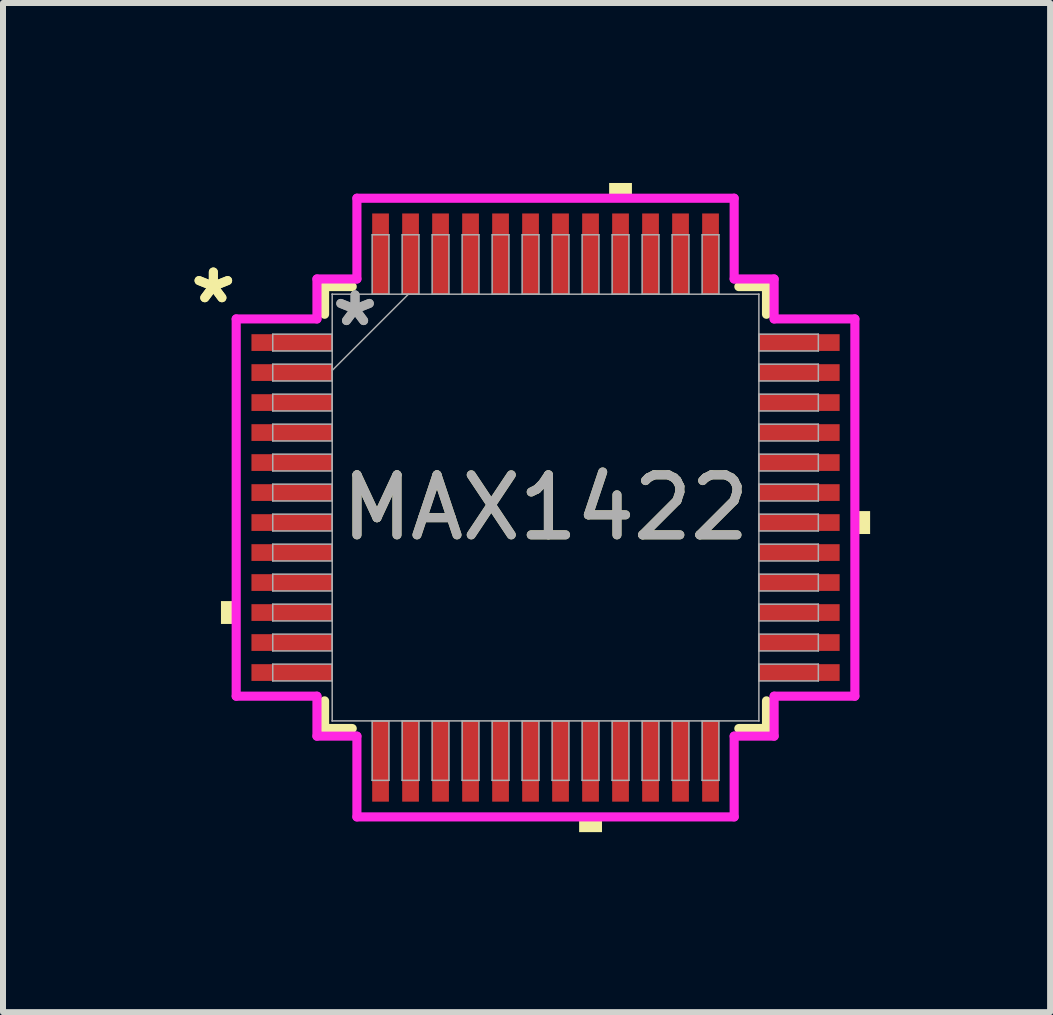
<source format=kicad_pcb>
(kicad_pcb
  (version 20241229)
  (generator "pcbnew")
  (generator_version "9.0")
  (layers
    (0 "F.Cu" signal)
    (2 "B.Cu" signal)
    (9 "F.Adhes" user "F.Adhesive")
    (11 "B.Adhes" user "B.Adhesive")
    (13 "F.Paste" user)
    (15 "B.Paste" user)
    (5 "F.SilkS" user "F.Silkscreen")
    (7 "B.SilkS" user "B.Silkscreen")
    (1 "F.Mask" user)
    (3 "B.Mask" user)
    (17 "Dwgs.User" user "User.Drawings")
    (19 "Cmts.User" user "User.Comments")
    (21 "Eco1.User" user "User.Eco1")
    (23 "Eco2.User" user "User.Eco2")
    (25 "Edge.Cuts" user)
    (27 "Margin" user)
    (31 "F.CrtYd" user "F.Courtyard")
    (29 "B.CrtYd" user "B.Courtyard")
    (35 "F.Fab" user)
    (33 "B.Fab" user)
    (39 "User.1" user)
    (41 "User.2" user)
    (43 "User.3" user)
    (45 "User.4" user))
  (footprint "MAX1422"
    (layer "F.Cu")
    (at 6.043 5.41)
    (property "Reference" "MAX1422" (at 0 0 0) (unlocked yes) (layer "F.SilkS") (effects (font (size 1 1) (thickness 0.15))))
    (attr smd)
    (fp_line (start -3.683 -3.683) (end -3.683 -3.222) (stroke (width 0.152) (type solid)) (layer "F.SilkS"))
    (fp_line (start -3.683 3.222) (end -3.683 3.683) (stroke (width 0.152) (type solid)) (layer "F.SilkS"))
    (fp_line (start -3.683 3.683) (end -3.222 3.683) (stroke (width 0.152) (type solid)) (layer "F.SilkS"))
    (fp_line (start -3.222 -3.683) (end -3.683 -3.683) (stroke (width 0.152) (type solid)) (layer "F.SilkS"))
    (fp_line (start 3.222 3.683) (end 3.683 3.683) (stroke (width 0.152) (type solid)) (layer "F.SilkS"))
    (fp_line (start 3.683 -3.683) (end 3.222 -3.683) (stroke (width 0.152) (type solid)) (layer "F.SilkS"))
    (fp_line (start 3.683 -3.222) (end 3.683 -3.683) (stroke (width 0.152) (type solid)) (layer "F.SilkS"))
    (fp_line (start 3.683 3.683) (end 3.683 3.222) (stroke (width 0.152) (type solid)) (layer "F.SilkS"))
    (fp_poly (pts (xy -5.41 1.559) (xy -5.41 1.94) (xy -5.156 1.94) (xy -5.156 1.559)) (stroke (width 0) (type solid)) (fill yes) (layer "F.SilkS"))
    (fp_poly (pts (xy 0.56 5.156) (xy 0.56 5.41) (xy 0.941 5.41) (xy 0.941 5.156)) (stroke (width 0) (type solid)) (fill yes) (layer "F.SilkS"))
    (fp_poly (pts (xy 1.06 -5.156) (xy 1.06 -5.41) (xy 1.44 -5.41) (xy 1.44 -5.156)) (stroke (width 0) (type solid)) (fill yes) (layer "F.SilkS"))
    (fp_poly (pts (xy 5.41 0.059) (xy 5.41 0.441) (xy 5.156 0.441) (xy 5.156 0.059)) (stroke (width 0) (type solid)) (fill yes) (layer "F.SilkS"))
    (fp_line (start -5.156 -3.144) (end -3.81 -3.144) (stroke (width 0.152) (type solid)) (layer "F.CrtYd"))
    (fp_line (start -5.156 3.144) (end -5.156 -3.144) (stroke (width 0.152) (type solid)) (layer "F.CrtYd"))
    (fp_line (start -3.81 -3.81) (end -3.144 -3.81) (stroke (width 0.152) (type solid)) (layer "F.CrtYd"))
    (fp_line (start -3.81 -3.144) (end -3.81 -3.81) (stroke (width 0.152) (type solid)) (layer "F.CrtYd"))
    (fp_line (start -3.81 3.144) (end -5.156 3.144) (stroke (width 0.152) (type solid)) (layer "F.CrtYd"))
    (fp_line (start -3.81 3.81) (end -3.81 3.144) (stroke (width 0.152) (type solid)) (layer "F.CrtYd"))
    (fp_line (start -3.81 3.81) (end -3.144 3.81) (stroke (width 0.152) (type solid)) (layer "F.CrtYd"))
    (fp_line (start -3.144 -5.156) (end 3.144 -5.156) (stroke (width 0.152) (type solid)) (layer "F.CrtYd"))
    (fp_line (start -3.144 -3.81) (end -3.144 -5.156) (stroke (width 0.152) (type solid)) (layer "F.CrtYd"))
    (fp_line (start -3.144 3.81) (end -3.144 5.156) (stroke (width 0.152) (type solid)) (layer "F.CrtYd"))
    (fp_line (start -3.144 5.156) (end 3.144 5.156) (stroke (width 0.152) (type solid)) (layer "F.CrtYd"))
    (fp_line (start 3.144 -5.156) (end 3.144 -3.81) (stroke (width 0.152) (type solid)) (layer "F.CrtYd"))
    (fp_line (start 3.144 -3.81) (end 3.81 -3.81) (stroke (width 0.152) (type solid)) (layer "F.CrtYd"))
    (fp_line (start 3.144 3.81) (end 3.81 3.81) (stroke (width 0.152) (type solid)) (layer "F.CrtYd"))
    (fp_line (start 3.144 5.156) (end 3.144 3.81) (stroke (width 0.152) (type solid)) (layer "F.CrtYd"))
    (fp_line (start 3.81 -3.144) (end 3.81 -3.81) (stroke (width 0.152) (type solid)) (layer "F.CrtYd"))
    (fp_line (start 3.81 3.144) (end 5.156 3.144) (stroke (width 0.152) (type solid)) (layer "F.CrtYd"))
    (fp_line (start 3.81 3.81) (end 3.81 3.144) (stroke (width 0.152) (type solid)) (layer "F.CrtYd"))
    (fp_line (start 5.156 -3.144) (end 3.81 -3.144) (stroke (width 0.152) (type solid)) (layer "F.CrtYd"))
    (fp_line (start 5.156 3.144) (end 5.156 -3.144) (stroke (width 0.152) (type solid)) (layer "F.CrtYd"))
    (fp_line (start -4.547 -2.89) (end -4.547 -2.61) (stroke (width 0.025) (type solid)) (layer "F.Fab"))
    (fp_line (start -4.547 -2.61) (end -3.556 -2.61) (stroke (width 0.025) (type solid)) (layer "F.Fab"))
    (fp_line (start -4.547 -2.39) (end -4.547 -2.11) (stroke (width 0.025) (type solid)) (layer "F.Fab"))
    (fp_line (start -4.547 -2.11) (end -3.556 -2.11) (stroke (width 0.025) (type solid)) (layer "F.Fab"))
    (fp_line (start -4.547 -1.89) (end -4.547 -1.61) (stroke (width 0.025) (type solid)) (layer "F.Fab"))
    (fp_line (start -4.547 -1.61) (end -3.556 -1.61) (stroke (width 0.025) (type solid)) (layer "F.Fab"))
    (fp_line (start -4.547 -1.39) (end -4.547 -1.11) (stroke (width 0.025) (type solid)) (layer "F.Fab"))
    (fp_line (start -4.547 -1.11) (end -3.556 -1.11) (stroke (width 0.025) (type solid)) (layer "F.Fab"))
    (fp_line (start -4.547 -0.89) (end -4.547 -0.61) (stroke (width 0.025) (type solid)) (layer "F.Fab"))
    (fp_line (start -4.547 -0.61) (end -3.556 -0.61) (stroke (width 0.025) (type solid)) (layer "F.Fab"))
    (fp_line (start -4.547 -0.39) (end -4.547 -0.11) (stroke (width 0.025) (type solid)) (layer "F.Fab"))
    (fp_line (start -4.547 -0.11) (end -3.556 -0.11) (stroke (width 0.025) (type solid)) (layer "F.Fab"))
    (fp_line (start -4.547 0.11) (end -4.547 0.39) (stroke (width 0.025) (type solid)) (layer "F.Fab"))
    (fp_line (start -4.547 0.39) (end -3.556 0.39) (stroke (width 0.025) (type solid)) (layer "F.Fab"))
    (fp_line (start -4.547 0.61) (end -4.547 0.89) (stroke (width 0.025) (type solid)) (layer "F.Fab"))
    (fp_line (start -4.547 0.89) (end -3.556 0.89) (stroke (width 0.025) (type solid)) (layer "F.Fab"))
    (fp_line (start -4.547 1.11) (end -4.547 1.39) (stroke (width 0.025) (type solid)) (layer "F.Fab"))
    (fp_line (start -4.547 1.39) (end -3.556 1.39) (stroke (width 0.025) (type solid)) (layer "F.Fab"))
    (fp_line (start -4.547 1.61) (end -4.547 1.89) (stroke (width 0.025) (type solid)) (layer "F.Fab"))
    (fp_line (start -4.547 1.89) (end -3.556 1.89) (stroke (width 0.025) (type solid)) (layer "F.Fab"))
    (fp_line (start -4.547 2.11) (end -4.547 2.39) (stroke (width 0.025) (type solid)) (layer "F.Fab"))
    (fp_line (start -4.547 2.39) (end -3.556 2.39) (stroke (width 0.025) (type solid)) (layer "F.Fab"))
    (fp_line (start -4.547 2.61) (end -4.547 2.89) (stroke (width 0.025) (type solid)) (layer "F.Fab"))
    (fp_line (start -4.547 2.89) (end -3.556 2.89) (stroke (width 0.025) (type solid)) (layer "F.Fab"))
    (fp_line (start -3.556 -3.556) (end -3.556 -3.556) (stroke (width 0.025) (type solid)) (layer "F.Fab"))
    (fp_line (start -3.556 -3.556) (end -3.556 3.556) (stroke (width 0.025) (type solid)) (layer "F.Fab"))
    (fp_line (start -3.556 -2.89) (end -4.547 -2.89) (stroke (width 0.025) (type solid)) (layer "F.Fab"))
    (fp_line (start -3.556 -2.61) (end -3.556 -2.89) (stroke (width 0.025) (type solid)) (layer "F.Fab"))
    (fp_line (start -3.556 -2.39) (end -4.547 -2.39) (stroke (width 0.025) (type solid)) (layer "F.Fab"))
    (fp_line (start -3.556 -2.286) (end -2.286 -3.556) (stroke (width 0.025) (type solid)) (layer "F.Fab"))
    (fp_line (start -3.556 -2.11) (end -3.556 -2.39) (stroke (width 0.025) (type solid)) (layer "F.Fab"))
    (fp_line (start -3.556 -1.89) (end -4.547 -1.89) (stroke (width 0.025) (type solid)) (layer "F.Fab"))
    (fp_line (start -3.556 -1.61) (end -3.556 -1.89) (stroke (width 0.025) (type solid)) (layer "F.Fab"))
    (fp_line (start -3.556 -1.39) (end -4.547 -1.39) (stroke (width 0.025) (type solid)) (layer "F.Fab"))
    (fp_line (start -3.556 -1.11) (end -3.556 -1.39) (stroke (width 0.025) (type solid)) (layer "F.Fab"))
    (fp_line (start -3.556 -0.89) (end -4.547 -0.89) (stroke (width 0.025) (type solid)) (layer "F.Fab"))
    (fp_line (start -3.556 -0.61) (end -3.556 -0.89) (stroke (width 0.025) (type solid)) (layer "F.Fab"))
    (fp_line (start -3.556 -0.39) (end -4.547 -0.39) (stroke (width 0.025) (type solid)) (layer "F.Fab"))
    (fp_line (start -3.556 -0.11) (end -3.556 -0.39) (stroke (width 0.025) (type solid)) (layer "F.Fab"))
    (fp_line (start -3.556 0.11) (end -4.547 0.11) (stroke (width 0.025) (type solid)) (layer "F.Fab"))
    (fp_line (start -3.556 0.39) (end -3.556 0.11) (stroke (width 0.025) (type solid)) (layer "F.Fab"))
    (fp_line (start -3.556 0.61) (end -4.547 0.61) (stroke (width 0.025) (type solid)) (layer "F.Fab"))
    (fp_line (start -3.556 0.89) (end -3.556 0.61) (stroke (width 0.025) (type solid)) (layer "F.Fab"))
    (fp_line (start -3.556 1.11) (end -4.547 1.11) (stroke (width 0.025) (type solid)) (layer "F.Fab"))
    (fp_line (start -3.556 1.39) (end -3.556 1.11) (stroke (width 0.025) (type solid)) (layer "F.Fab"))
    (fp_line (start -3.556 1.61) (end -4.547 1.61) (stroke (width 0.025) (type solid)) (layer "F.Fab"))
    (fp_line (start -3.556 1.89) (end -3.556 1.61) (stroke (width 0.025) (type solid)) (layer "F.Fab"))
    (fp_line (start -3.556 2.11) (end -4.547 2.11) (stroke (width 0.025) (type solid)) (layer "F.Fab"))
    (fp_line (start -3.556 2.39) (end -3.556 2.11) (stroke (width 0.025) (type solid)) (layer "F.Fab"))
    (fp_line (start -3.556 2.61) (end -4.547 2.61) (stroke (width 0.025) (type solid)) (layer "F.Fab"))
    (fp_line (start -3.556 2.89) (end -3.556 2.61) (stroke (width 0.025) (type solid)) (layer "F.Fab"))
    (fp_line (start -3.556 3.556) (end -3.556 3.556) (stroke (width 0.025) (type solid)) (layer "F.Fab"))
    (fp_line (start -3.556 3.556) (end 3.556 3.556) (stroke (width 0.025) (type solid)) (layer "F.Fab"))
    (fp_line (start -2.89 -4.547) (end -2.89 -3.556) (stroke (width 0.025) (type solid)) (layer "F.Fab"))
    (fp_line (start -2.89 -3.556) (end -2.61 -3.556) (stroke (width 0.025) (type solid)) (layer "F.Fab"))
    (fp_line (start -2.89 3.556) (end -2.89 4.547) (stroke (width 0.025) (type solid)) (layer "F.Fab"))
    (fp_line (start -2.89 4.547) (end -2.61 4.547) (stroke (width 0.025) (type solid)) (layer "F.Fab"))
    (fp_line (start -2.61 -4.547) (end -2.89 -4.547) (stroke (width 0.025) (type solid)) (layer "F.Fab"))
    (fp_line (start -2.61 -3.556) (end -2.61 -4.547) (stroke (width 0.025) (type solid)) (layer "F.Fab"))
    (fp_line (start -2.61 3.556) (end -2.89 3.556) (stroke (width 0.025) (type solid)) (layer "F.Fab"))
    (fp_line (start -2.61 4.547) (end -2.61 3.556) (stroke (width 0.025) (type solid)) (layer "F.Fab"))
    (fp_line (start -2.39 -4.547) (end -2.39 -3.556) (stroke (width 0.025) (type solid)) (layer "F.Fab"))
    (fp_line (start -2.39 -3.556) (end -2.11 -3.556) (stroke (width 0.025) (type solid)) (layer "F.Fab"))
    (fp_line (start -2.39 3.556) (end -2.39 4.547) (stroke (width 0.025) (type solid)) (layer "F.Fab"))
    (fp_line (start -2.39 4.547) (end -2.11 4.547) (stroke (width 0.025) (type solid)) (layer "F.Fab"))
    (fp_line (start -2.11 -4.547) (end -2.39 -4.547) (stroke (width 0.025) (type solid)) (layer "F.Fab"))
    (fp_line (start -2.11 -3.556) (end -2.11 -4.547) (stroke (width 0.025) (type solid)) (layer "F.Fab"))
    (fp_line (start -2.11 3.556) (end -2.39 3.556) (stroke (width 0.025) (type solid)) (layer "F.Fab"))
    (fp_line (start -2.11 4.547) (end -2.11 3.556) (stroke (width 0.025) (type solid)) (layer "F.Fab"))
    (fp_line (start -1.89 -4.547) (end -1.89 -3.556) (stroke (width 0.025) (type solid)) (layer "F.Fab"))
    (fp_line (start -1.89 -3.556) (end -1.61 -3.556) (stroke (width 0.025) (type solid)) (layer "F.Fab"))
    (fp_line (start -1.89 3.556) (end -1.89 4.547) (stroke (width 0.025) (type solid)) (layer "F.Fab"))
    (fp_line (start -1.89 4.547) (end -1.61 4.547) (stroke (width 0.025) (type solid)) (layer "F.Fab"))
    (fp_line (start -1.61 -4.547) (end -1.89 -4.547) (stroke (width 0.025) (type solid)) (layer "F.Fab"))
    (fp_line (start -1.61 -3.556) (end -1.61 -4.547) (stroke (width 0.025) (type solid)) (layer "F.Fab"))
    (fp_line (start -1.61 3.556) (end -1.89 3.556) (stroke (width 0.025) (type solid)) (layer "F.Fab"))
    (fp_line (start -1.61 4.547) (end -1.61 3.556) (stroke (width 0.025) (type solid)) (layer "F.Fab"))
    (fp_line (start -1.39 -4.547) (end -1.39 -3.556) (stroke (width 0.025) (type solid)) (layer "F.Fab"))
    (fp_line (start -1.39 -3.556) (end -1.11 -3.556) (stroke (width 0.025) (type solid)) (layer "F.Fab"))
    (fp_line (start -1.39 3.556) (end -1.39 4.547) (stroke (width 0.025) (type solid)) (layer "F.Fab"))
    (fp_line (start -1.39 4.547) (end -1.11 4.547) (stroke (width 0.025) (type solid)) (layer "F.Fab"))
    (fp_line (start -1.11 -4.547) (end -1.39 -4.547) (stroke (width 0.025) (type solid)) (layer "F.Fab"))
    (fp_line (start -1.11 -3.556) (end -1.11 -4.547) (stroke (width 0.025) (type solid)) (layer "F.Fab"))
    (fp_line (start -1.11 3.556) (end -1.39 3.556) (stroke (width 0.025) (type solid)) (layer "F.Fab"))
    (fp_line (start -1.11 4.547) (end -1.11 3.556) (stroke (width 0.025) (type solid)) (layer "F.Fab"))
    (fp_line (start -0.89 -4.547) (end -0.89 -3.556) (stroke (width 0.025) (type solid)) (layer "F.Fab"))
    (fp_line (start -0.89 -3.556) (end -0.61 -3.556) (stroke (width 0.025) (type solid)) (layer "F.Fab"))
    (fp_line (start -0.89 3.556) (end -0.89 4.547) (stroke (width 0.025) (type solid)) (layer "F.Fab"))
    (fp_line (start -0.89 4.547) (end -0.61 4.547) (stroke (width 0.025) (type solid)) (layer "F.Fab"))
    (fp_line (start -0.61 -4.547) (end -0.89 -4.547) (stroke (width 0.025) (type solid)) (layer "F.Fab"))
    (fp_line (start -0.61 -3.556) (end -0.61 -4.547) (stroke (width 0.025) (type solid)) (layer "F.Fab"))
    (fp_line (start -0.61 3.556) (end -0.89 3.556) (stroke (width 0.025) (type solid)) (layer "F.Fab"))
    (fp_line (start -0.61 4.547) (end -0.61 3.556) (stroke (width 0.025) (type solid)) (layer "F.Fab"))
    (fp_line (start -0.39 -4.547) (end -0.39 -3.556) (stroke (width 0.025) (type solid)) (layer "F.Fab"))
    (fp_line (start -0.39 -3.556) (end -0.11 -3.556) (stroke (width 0.025) (type solid)) (layer "F.Fab"))
    (fp_line (start -0.39 3.556) (end -0.39 4.547) (stroke (width 0.025) (type solid)) (layer "F.Fab"))
    (fp_line (start -0.39 4.547) (end -0.11 4.547) (stroke (width 0.025) (type solid)) (layer "F.Fab"))
    (fp_line (start -0.11 -4.547) (end -0.39 -4.547) (stroke (width 0.025) (type solid)) (layer "F.Fab"))
    (fp_line (start -0.11 -3.556) (end -0.11 -4.547) (stroke (width 0.025) (type solid)) (layer "F.Fab"))
    (fp_line (start -0.11 3.556) (end -0.39 3.556) (stroke (width 0.025) (type solid)) (layer "F.Fab"))
    (fp_line (start -0.11 4.547) (end -0.11 3.556) (stroke (width 0.025) (type solid)) (layer "F.Fab"))
    (fp_line (start 0.11 -4.547) (end 0.11 -3.556) (stroke (width 0.025) (type solid)) (layer "F.Fab"))
    (fp_line (start 0.11 -3.556) (end 0.39 -3.556) (stroke (width 0.025) (type solid)) (layer "F.Fab"))
    (fp_line (start 0.11 3.556) (end 0.11 4.547) (stroke (width 0.025) (type solid)) (layer "F.Fab"))
    (fp_line (start 0.11 4.547) (end 0.39 4.547) (stroke (width 0.025) (type solid)) (layer "F.Fab"))
    (fp_line (start 0.39 -4.547) (end 0.11 -4.547) (stroke (width 0.025) (type solid)) (layer "F.Fab"))
    (fp_line (start 0.39 -3.556) (end 0.39 -4.547) (stroke (width 0.025) (type solid)) (layer "F.Fab"))
    (fp_line (start 0.39 3.556) (end 0.11 3.556) (stroke (width 0.025) (type solid)) (layer "F.Fab"))
    (fp_line (start 0.39 4.547) (end 0.39 3.556) (stroke (width 0.025) (type solid)) (layer "F.Fab"))
    (fp_line (start 0.61 -4.547) (end 0.61 -3.556) (stroke (width 0.025) (type solid)) (layer "F.Fab"))
    (fp_line (start 0.61 -3.556) (end 0.89 -3.556) (stroke (width 0.025) (type solid)) (layer "F.Fab"))
    (fp_line (start 0.61 3.556) (end 0.61 4.547) (stroke (width 0.025) (type solid)) (layer "F.Fab"))
    (fp_line (start 0.61 4.547) (end 0.89 4.547) (stroke (width 0.025) (type solid)) (layer "F.Fab"))
    (fp_line (start 0.89 -4.547) (end 0.61 -4.547) (stroke (width 0.025) (type solid)) (layer "F.Fab"))
    (fp_line (start 0.89 -3.556) (end 0.89 -4.547) (stroke (width 0.025) (type solid)) (layer "F.Fab"))
    (fp_line (start 0.89 3.556) (end 0.61 3.556) (stroke (width 0.025) (type solid)) (layer "F.Fab"))
    (fp_line (start 0.89 4.547) (end 0.89 3.556) (stroke (width 0.025) (type solid)) (layer "F.Fab"))
    (fp_line (start 1.11 -4.547) (end 1.11 -3.556) (stroke (width 0.025) (type solid)) (layer "F.Fab"))
    (fp_line (start 1.11 -3.556) (end 1.39 -3.556) (stroke (width 0.025) (type solid)) (layer "F.Fab"))
    (fp_line (start 1.11 3.556) (end 1.11 4.547) (stroke (width 0.025) (type solid)) (layer "F.Fab"))
    (fp_line (start 1.11 4.547) (end 1.39 4.547) (stroke (width 0.025) (type solid)) (layer "F.Fab"))
    (fp_line (start 1.39 -4.547) (end 1.11 -4.547) (stroke (width 0.025) (type solid)) (layer "F.Fab"))
    (fp_line (start 1.39 -3.556) (end 1.39 -4.547) (stroke (width 0.025) (type solid)) (layer "F.Fab"))
    (fp_line (start 1.39 3.556) (end 1.11 3.556) (stroke (width 0.025) (type solid)) (layer "F.Fab"))
    (fp_line (start 1.39 4.547) (end 1.39 3.556) (stroke (width 0.025) (type solid)) (layer "F.Fab"))
    (fp_line (start 1.61 -4.547) (end 1.61 -3.556) (stroke (width 0.025) (type solid)) (layer "F.Fab"))
    (fp_line (start 1.61 -3.556) (end 1.89 -3.556) (stroke (width 0.025) (type solid)) (layer "F.Fab"))
    (fp_line (start 1.61 3.556) (end 1.61 4.547) (stroke (width 0.025) (type solid)) (layer "F.Fab"))
    (fp_line (start 1.61 4.547) (end 1.89 4.547) (stroke (width 0.025) (type solid)) (layer "F.Fab"))
    (fp_line (start 1.89 -4.547) (end 1.61 -4.547) (stroke (width 0.025) (type solid)) (layer "F.Fab"))
    (fp_line (start 1.89 -3.556) (end 1.89 -4.547) (stroke (width 0.025) (type solid)) (layer "F.Fab"))
    (fp_line (start 1.89 3.556) (end 1.61 3.556) (stroke (width 0.025) (type solid)) (layer "F.Fab"))
    (fp_line (start 1.89 4.547) (end 1.89 3.556) (stroke (width 0.025) (type solid)) (layer "F.Fab"))
    (fp_line (start 2.11 -4.547) (end 2.11 -3.556) (stroke (width 0.025) (type solid)) (layer "F.Fab"))
    (fp_line (start 2.11 -3.556) (end 2.39 -3.556) (stroke (width 0.025) (type solid)) (layer "F.Fab"))
    (fp_line (start 2.11 3.556) (end 2.11 4.547) (stroke (width 0.025) (type solid)) (layer "F.Fab"))
    (fp_line (start 2.11 4.547) (end 2.39 4.547) (stroke (width 0.025) (type solid)) (layer "F.Fab"))
    (fp_line (start 2.39 -4.547) (end 2.11 -4.547) (stroke (width 0.025) (type solid)) (layer "F.Fab"))
    (fp_line (start 2.39 -3.556) (end 2.39 -4.547) (stroke (width 0.025) (type solid)) (layer "F.Fab"))
    (fp_line (start 2.39 3.556) (end 2.11 3.556) (stroke (width 0.025) (type solid)) (layer "F.Fab"))
    (fp_line (start 2.39 4.547) (end 2.39 3.556) (stroke (width 0.025) (type solid)) (layer "F.Fab"))
    (fp_line (start 2.61 -4.547) (end 2.61 -3.556) (stroke (width 0.025) (type solid)) (layer "F.Fab"))
    (fp_line (start 2.61 -3.556) (end 2.89 -3.556) (stroke (width 0.025) (type solid)) (layer "F.Fab"))
    (fp_line (start 2.61 3.556) (end 2.61 4.547) (stroke (width 0.025) (type solid)) (layer "F.Fab"))
    (fp_line (start 2.61 4.547) (end 2.89 4.547) (stroke (width 0.025) (type solid)) (layer "F.Fab"))
    (fp_line (start 2.89 -4.547) (end 2.61 -4.547) (stroke (width 0.025) (type solid)) (layer "F.Fab"))
    (fp_line (start 2.89 -3.556) (end 2.89 -4.547) (stroke (width 0.025) (type solid)) (layer "F.Fab"))
    (fp_line (start 2.89 3.556) (end 2.61 3.556) (stroke (width 0.025) (type solid)) (layer "F.Fab"))
    (fp_line (start 2.89 4.547) (end 2.89 3.556) (stroke (width 0.025) (type solid)) (layer "F.Fab"))
    (fp_line (start 3.556 -3.556) (end -3.556 -3.556) (stroke (width 0.025) (type solid)) (layer "F.Fab"))
    (fp_line (start 3.556 -3.556) (end 3.556 -3.556) (stroke (width 0.025) (type solid)) (layer "F.Fab"))
    (fp_line (start 3.556 -2.89) (end 3.556 -2.61) (stroke (width 0.025) (type solid)) (layer "F.Fab"))
    (fp_line (start 3.556 -2.61) (end 4.547 -2.61) (stroke (width 0.025) (type solid)) (layer "F.Fab"))
    (fp_line (start 3.556 -2.39) (end 3.556 -2.11) (stroke (width 0.025) (type solid)) (layer "F.Fab"))
    (fp_line (start 3.556 -2.11) (end 4.547 -2.11) (stroke (width 0.025) (type solid)) (layer "F.Fab"))
    (fp_line (start 3.556 -1.89) (end 3.556 -1.61) (stroke (width 0.025) (type solid)) (layer "F.Fab"))
    (fp_line (start 3.556 -1.61) (end 4.547 -1.61) (stroke (width 0.025) (type solid)) (layer "F.Fab"))
    (fp_line (start 3.556 -1.39) (end 3.556 -1.11) (stroke (width 0.025) (type solid)) (layer "F.Fab"))
    (fp_line (start 3.556 -1.11) (end 4.547 -1.11) (stroke (width 0.025) (type solid)) (layer "F.Fab"))
    (fp_line (start 3.556 -0.89) (end 3.556 -0.61) (stroke (width 0.025) (type solid)) (layer "F.Fab"))
    (fp_line (start 3.556 -0.61) (end 4.547 -0.61) (stroke (width 0.025) (type solid)) (layer "F.Fab"))
    (fp_line (start 3.556 -0.39) (end 3.556 -0.11) (stroke (width 0.025) (type solid)) (layer "F.Fab"))
    (fp_line (start 3.556 -0.11) (end 4.547 -0.11) (stroke (width 0.025) (type solid)) (layer "F.Fab"))
    (fp_line (start 3.556 0.11) (end 3.556 0.39) (stroke (width 0.025) (type solid)) (layer "F.Fab"))
    (fp_line (start 3.556 0.39) (end 4.547 0.39) (stroke (width 0.025) (type solid)) (layer "F.Fab"))
    (fp_line (start 3.556 0.61) (end 3.556 0.89) (stroke (width 0.025) (type solid)) (layer "F.Fab"))
    (fp_line (start 3.556 0.89) (end 4.547 0.89) (stroke (width 0.025) (type solid)) (layer "F.Fab"))
    (fp_line (start 3.556 1.11) (end 3.556 1.39) (stroke (width 0.025) (type solid)) (layer "F.Fab"))
    (fp_line (start 3.556 1.39) (end 4.547 1.39) (stroke (width 0.025) (type solid)) (layer "F.Fab"))
    (fp_line (start 3.556 1.61) (end 3.556 1.89) (stroke (width 0.025) (type solid)) (layer "F.Fab"))
    (fp_line (start 3.556 1.89) (end 4.547 1.89) (stroke (width 0.025) (type solid)) (layer "F.Fab"))
    (fp_line (start 3.556 2.11) (end 3.556 2.39) (stroke (width 0.025) (type solid)) (layer "F.Fab"))
    (fp_line (start 3.556 2.39) (end 4.547 2.39) (stroke (width 0.025) (type solid)) (layer "F.Fab"))
    (fp_line (start 3.556 2.61) (end 3.556 2.89) (stroke (width 0.025) (type solid)) (layer "F.Fab"))
    (fp_line (start 3.556 2.89) (end 4.547 2.89) (stroke (width 0.025) (type solid)) (layer "F.Fab"))
    (fp_line (start 3.556 3.556) (end 3.556 -3.556) (stroke (width 0.025) (type solid)) (layer "F.Fab"))
    (fp_line (start 3.556 3.556) (end 3.556 3.556) (stroke (width 0.025) (type solid)) (layer "F.Fab"))
    (fp_line (start 4.547 -2.89) (end 3.556 -2.89) (stroke (width 0.025) (type solid)) (layer "F.Fab"))
    (fp_line (start 4.547 -2.61) (end 4.547 -2.89) (stroke (width 0.025) (type solid)) (layer "F.Fab"))
    (fp_line (start 4.547 -2.39) (end 3.556 -2.39) (stroke (width 0.025) (type solid)) (layer "F.Fab"))
    (fp_line (start 4.547 -2.11) (end 4.547 -2.39) (stroke (width 0.025) (type solid)) (layer "F.Fab"))
    (fp_line (start 4.547 -1.89) (end 3.556 -1.89) (stroke (width 0.025) (type solid)) (layer "F.Fab"))
    (fp_line (start 4.547 -1.61) (end 4.547 -1.89) (stroke (width 0.025) (type solid)) (layer "F.Fab"))
    (fp_line (start 4.547 -1.39) (end 3.556 -1.39) (stroke (width 0.025) (type solid)) (layer "F.Fab"))
    (fp_line (start 4.547 -1.11) (end 4.547 -1.39) (stroke (width 0.025) (type solid)) (layer "F.Fab"))
    (fp_line (start 4.547 -0.89) (end 3.556 -0.89) (stroke (width 0.025) (type solid)) (layer "F.Fab"))
    (fp_line (start 4.547 -0.61) (end 4.547 -0.89) (stroke (width 0.025) (type solid)) (layer "F.Fab"))
    (fp_line (start 4.547 -0.39) (end 3.556 -0.39) (stroke (width 0.025) (type solid)) (layer "F.Fab"))
    (fp_line (start 4.547 -0.11) (end 4.547 -0.39) (stroke (width 0.025) (type solid)) (layer "F.Fab"))
    (fp_line (start 4.547 0.11) (end 3.556 0.11) (stroke (width 0.025) (type solid)) (layer "F.Fab"))
    (fp_line (start 4.547 0.39) (end 4.547 0.11) (stroke (width 0.025) (type solid)) (layer "F.Fab"))
    (fp_line (start 4.547 0.61) (end 3.556 0.61) (stroke (width 0.025) (type solid)) (layer "F.Fab"))
    (fp_line (start 4.547 0.89) (end 4.547 0.61) (stroke (width 0.025) (type solid)) (layer "F.Fab"))
    (fp_line (start 4.547 1.11) (end 3.556 1.11) (stroke (width 0.025) (type solid)) (layer "F.Fab"))
    (fp_line (start 4.547 1.39) (end 4.547 1.11) (stroke (width 0.025) (type solid)) (layer "F.Fab"))
    (fp_line (start 4.547 1.61) (end 3.556 1.61) (stroke (width 0.025) (type solid)) (layer "F.Fab"))
    (fp_line (start 4.547 1.89) (end 4.547 1.61) (stroke (width 0.025) (type solid)) (layer "F.Fab"))
    (fp_line (start 4.547 2.11) (end 3.556 2.11) (stroke (width 0.025) (type solid)) (layer "F.Fab"))
    (fp_line (start 4.547 2.39) (end 4.547 2.11) (stroke (width 0.025) (type solid)) (layer "F.Fab"))
    (fp_line (start 4.547 2.61) (end 3.556 2.61) (stroke (width 0.025) (type solid)) (layer "F.Fab"))
    (fp_line (start 4.547 2.89) (end 4.547 2.61) (stroke (width 0.025) (type solid)) (layer "F.Fab"))
    (fp_text user "*" (at -5.537 -3.381 0) (unlocked yes) (layer "F.SilkS") (effects (font (size 1 1) (thickness 0.15))))
    (fp_text user "*" (at -5.537 -3.381 0) (layer "F.SilkS") (effects (font (size 1 1) (thickness 0.15))))
    (fp_text user "${REFERENCE}" (at 0 0 0) (unlocked yes) (layer "F.Fab") (effects (font (size 1 1) (thickness 0.15))))
    (fp_text user "*" (at -3.175 -3 0) (layer "F.Fab") (effects (font (size 1 1) (thickness 0.15))))
    (fp_text user "*" (at -3.175 -3 0) (unlocked yes) (layer "F.Fab") (effects (font (size 1 1) (thickness 0.15))))
    (pad "1" smd rect (at -4.229 -2.75 90) (size 0.279 1.346) (layers "F.Cu" "F.Mask" "F.Paste"))
    (pad "2" smd rect (at -4.229 -2.25 90) (size 0.279 1.346) (layers "F.Cu" "F.Mask" "F.Paste"))
    (pad "3" smd rect (at -4.229 -1.75 90) (size 0.279 1.346) (layers "F.Cu" "F.Mask" "F.Paste"))
    (pad "4" smd rect (at -4.229 -1.25 90) (size 0.279 1.346) (layers "F.Cu" "F.Mask" "F.Paste"))
    (pad "5" smd rect (at -4.229 -0.75 90) (size 0.279 1.346) (layers "F.Cu" "F.Mask" "F.Paste"))
    (pad "6" smd rect (at -4.229 -0.25 90) (size 0.279 1.346) (layers "F.Cu" "F.Mask" "F.Paste"))
    (pad "7" smd rect (at -4.229 0.25 90) (size 0.279 1.346) (layers "F.Cu" "F.Mask" "F.Paste"))
    (pad "8" smd rect (at -4.229 0.75 90) (size 0.279 1.346) (layers "F.Cu" "F.Mask" "F.Paste"))
    (pad "9" smd rect (at -4.229 1.25 90) (size 0.279 1.346) (layers "F.Cu" "F.Mask" "F.Paste"))
    (pad "10" smd rect (at -4.229 1.75 90) (size 0.279 1.346) (layers "F.Cu" "F.Mask" "F.Paste"))
    (pad "11" smd rect (at -4.229 2.25 90) (size 0.279 1.346) (layers "F.Cu" "F.Mask" "F.Paste"))
    (pad "12" smd rect (at -4.229 2.75 90) (size 0.279 1.346) (layers "F.Cu" "F.Mask" "F.Paste"))
    (pad "13" smd rect (at -2.75 4.229) (size 0.279 1.346) (layers "F.Cu" "F.Mask" "F.Paste"))
    (pad "14" smd rect (at -2.25 4.229) (size 0.279 1.346) (layers "F.Cu" "F.Mask" "F.Paste"))
    (pad "15" smd rect (at -1.75 4.229) (size 0.279 1.346) (layers "F.Cu" "F.Mask" "F.Paste"))
    (pad "16" smd rect (at -1.25 4.229) (size 0.279 1.346) (layers "F.Cu" "F.Mask" "F.Paste"))
    (pad "17" smd rect (at -0.75 4.229) (size 0.279 1.346) (layers "F.Cu" "F.Mask" "F.Paste"))
    (pad "18" smd rect (at -0.25 4.229) (size 0.279 1.346) (layers "F.Cu" "F.Mask" "F.Paste"))
    (pad "19" smd rect (at 0.25 4.229) (size 0.279 1.346) (layers "F.Cu" "F.Mask" "F.Paste"))
    (pad "20" smd rect (at 0.75 4.229) (size 0.279 1.346) (layers "F.Cu" "F.Mask" "F.Paste"))
    (pad "21" smd rect (at 1.25 4.229) (size 0.279 1.346) (layers "F.Cu" "F.Mask" "F.Paste"))
    (pad "22" smd rect (at 1.75 4.229) (size 0.279 1.346) (layers "F.Cu" "F.Mask" "F.Paste"))
    (pad "23" smd rect (at 2.25 4.229) (size 0.279 1.346) (layers "F.Cu" "F.Mask" "F.Paste"))
    (pad "24" smd rect (at 2.75 4.229) (size 0.279 1.346) (layers "F.Cu" "F.Mask" "F.Paste"))
    (pad "25" smd rect (at 4.229 2.75 90) (size 0.279 1.346) (layers "F.Cu" "F.Mask" "F.Paste"))
    (pad "26" smd rect (at 4.229 2.25 90) (size 0.279 1.346) (layers "F.Cu" "F.Mask" "F.Paste"))
    (pad "27" smd rect (at 4.229 1.75 90) (size 0.279 1.346) (layers "F.Cu" "F.Mask" "F.Paste"))
    (pad "28" smd rect (at 4.229 1.25 90) (size 0.279 1.346) (layers "F.Cu" "F.Mask" "F.Paste"))
    (pad "29" smd rect (at 4.229 0.75 90) (size 0.279 1.346) (layers "F.Cu" "F.Mask" "F.Paste"))
    (pad "30" smd rect (at 4.229 0.25 90) (size 0.279 1.346) (layers "F.Cu" "F.Mask" "F.Paste"))
    (pad "31" smd rect (at 4.229 -0.25 90) (size 0.279 1.346) (layers "F.Cu" "F.Mask" "F.Paste"))
    (pad "32" smd rect (at 4.229 -0.75 90) (size 0.279 1.346) (layers "F.Cu" "F.Mask" "F.Paste"))
    (pad "33" smd rect (at 4.229 -1.25 90) (size 0.279 1.346) (layers "F.Cu" "F.Mask" "F.Paste"))
    (pad "34" smd rect (at 4.229 -1.75 90) (size 0.279 1.346) (layers "F.Cu" "F.Mask" "F.Paste"))
    (pad "35" smd rect (at 4.229 -2.25 90) (size 0.279 1.346) (layers "F.Cu" "F.Mask" "F.Paste"))
    (pad "36" smd rect (at 4.229 -2.75 90) (size 0.279 1.346) (layers "F.Cu" "F.Mask" "F.Paste"))
    (pad "37" smd rect (at 2.75 -4.229) (size 0.279 1.346) (layers "F.Cu" "F.Mask" "F.Paste"))
    (pad "38" smd rect (at 2.25 -4.229) (size 0.279 1.346) (layers "F.Cu" "F.Mask" "F.Paste"))
    (pad "39" smd rect (at 1.75 -4.229) (size 0.279 1.346) (layers "F.Cu" "F.Mask" "F.Paste"))
    (pad "40" smd rect (at 1.25 -4.229) (size 0.279 1.346) (layers "F.Cu" "F.Mask" "F.Paste"))
    (pad "41" smd rect (at 0.75 -4.229) (size 0.279 1.346) (layers "F.Cu" "F.Mask" "F.Paste"))
    (pad "42" smd rect (at 0.25 -4.229) (size 0.279 1.346) (layers "F.Cu" "F.Mask" "F.Paste"))
    (pad "43" smd rect (at -0.25 -4.229) (size 0.279 1.346) (layers "F.Cu" "F.Mask" "F.Paste"))
    (pad "44" smd rect (at -0.75 -4.229) (size 0.279 1.346) (layers "F.Cu" "F.Mask" "F.Paste"))
    (pad "45" smd rect (at -1.25 -4.229) (size 0.279 1.346) (layers "F.Cu" "F.Mask" "F.Paste"))
    (pad "46" smd rect (at -1.75 -4.229) (size 0.279 1.346) (layers "F.Cu" "F.Mask" "F.Paste"))
    (pad "47" smd rect (at -2.25 -4.229) (size 0.279 1.346) (layers "F.Cu" "F.Mask" "F.Paste"))
    (pad "48" smd rect (at -2.75 -4.229) (size 0.279 1.346) (layers "F.Cu" "F.Mask" "F.Paste")))
  (gr_rect
    (start -3 -3)
    (end 14.453 13.82)
    (stroke (width 0.1) (type default))
    (fill no)
    (layer "Edge.Cuts")))
</source>
